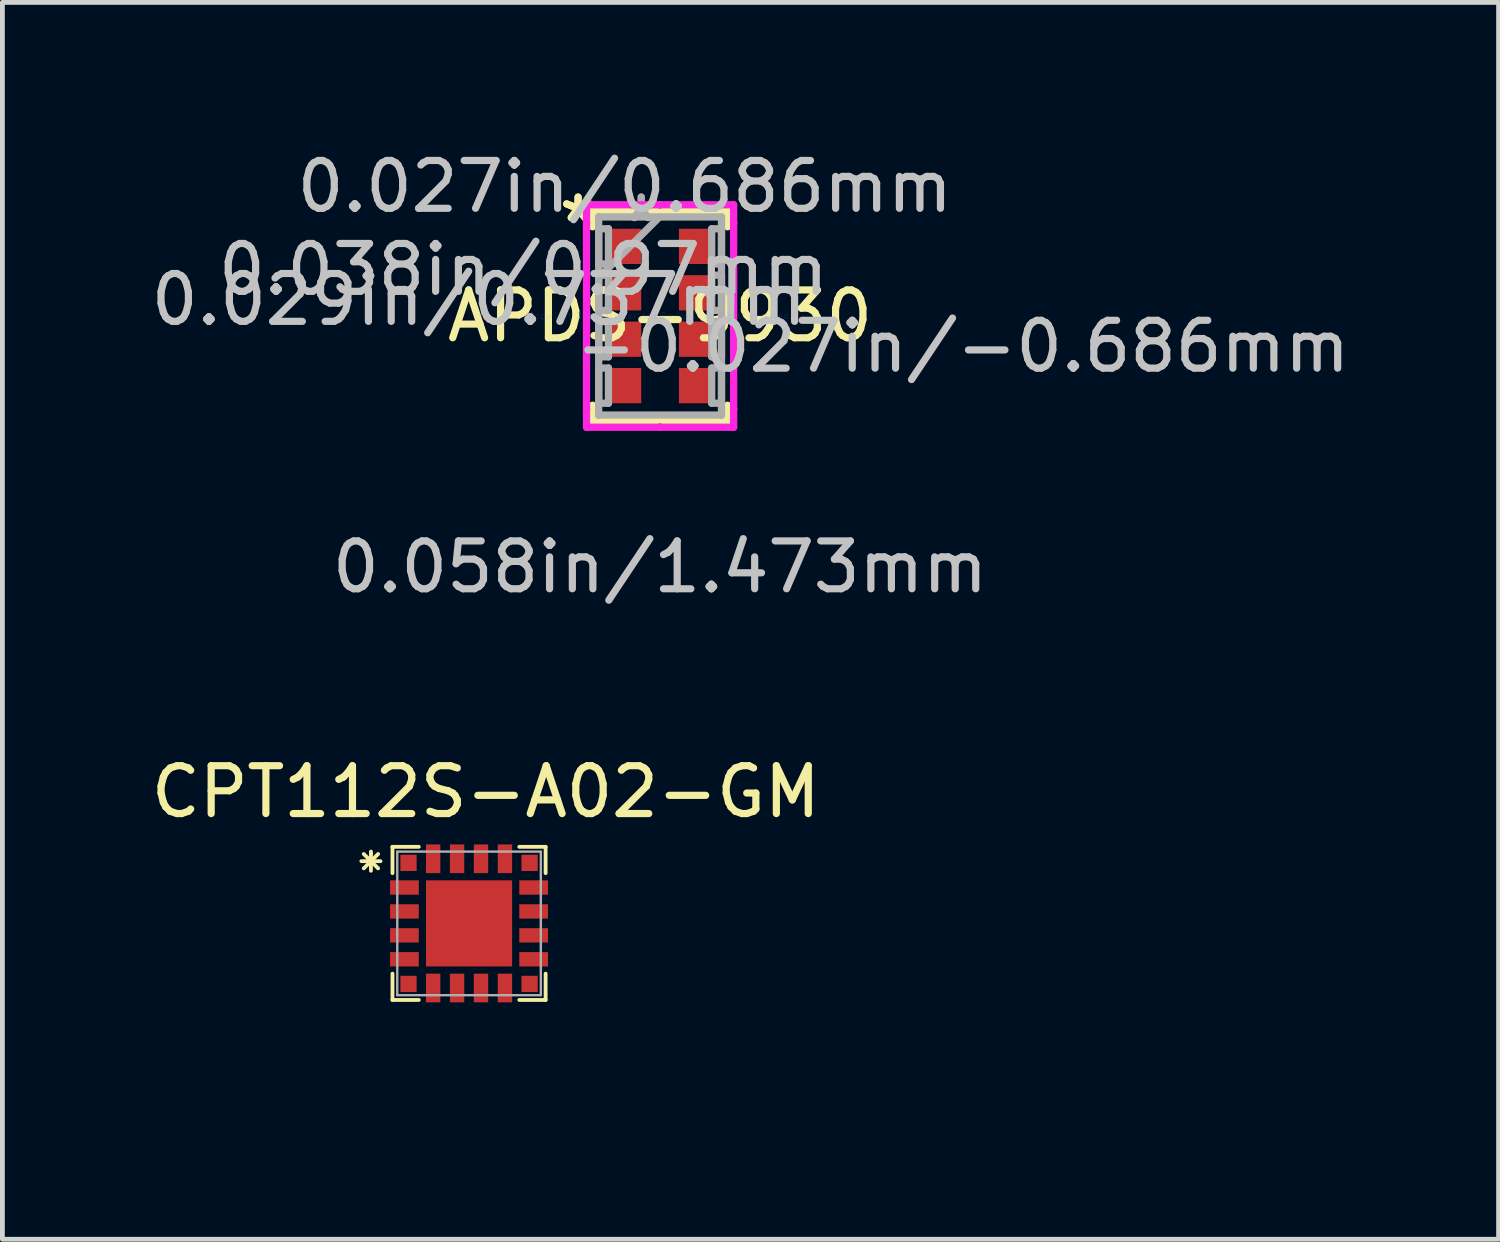
<source format=kicad_pcb>
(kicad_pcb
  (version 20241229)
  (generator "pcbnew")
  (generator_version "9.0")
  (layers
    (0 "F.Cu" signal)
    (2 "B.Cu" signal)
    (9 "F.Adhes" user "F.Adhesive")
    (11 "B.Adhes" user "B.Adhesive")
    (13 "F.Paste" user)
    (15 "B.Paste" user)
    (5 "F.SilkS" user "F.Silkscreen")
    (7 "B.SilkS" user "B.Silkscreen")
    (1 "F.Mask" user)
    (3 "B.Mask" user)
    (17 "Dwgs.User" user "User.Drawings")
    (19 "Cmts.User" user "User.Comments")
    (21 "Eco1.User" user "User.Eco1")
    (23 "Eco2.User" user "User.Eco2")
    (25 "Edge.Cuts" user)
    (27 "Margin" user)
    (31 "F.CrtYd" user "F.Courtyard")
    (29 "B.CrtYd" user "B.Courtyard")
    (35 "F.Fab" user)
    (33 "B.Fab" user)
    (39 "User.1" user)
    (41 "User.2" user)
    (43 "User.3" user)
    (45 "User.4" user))
  (footprint "APDS-9930"
    (layer "F.Cu")
    (at 10.743 3.553)
    (property "Reference" "APDS-9930" (at 0 0 0) (layer "F.SilkS") (effects (font (size 1 1) (thickness 0.15))))
    (attr through_hole)
    (fp_line (start -1.41 -2.197) (end -1.41 -1.864) (stroke (width 0.152) (type solid)) (layer "F.SilkS"))
    (fp_line (start -1.41 1.864) (end -1.41 2.197) (stroke (width 0.152) (type solid)) (layer "F.SilkS"))
    (fp_line (start -1.41 2.197) (end 1.41 2.197) (stroke (width 0.152) (type solid)) (layer "F.SilkS"))
    (fp_line (start 1.41 -2.197) (end -1.41 -2.197) (stroke (width 0.152) (type solid)) (layer "F.SilkS"))
    (fp_line (start 1.41 -1.864) (end 1.41 -2.197) (stroke (width 0.152) (type solid)) (layer "F.SilkS"))
    (fp_line (start 1.41 2.197) (end 1.41 1.864) (stroke (width 0.152) (type solid)) (layer "F.SilkS"))
    (fp_line (start -1.537 -2.324) (end 0 -2.324) (stroke (width 0.152) (type solid)) (layer "F.CrtYd"))
    (fp_line (start -1.537 -1.94) (end -1.537 -2.324) (stroke (width 0.152) (type solid)) (layer "F.CrtYd"))
    (fp_line (start -1.537 -1.94) (end -1.537 -1.94) (stroke (width 0.152) (type solid)) (layer "F.CrtYd"))
    (fp_line (start -1.537 1.94) (end -1.537 -1.94) (stroke (width 0.152) (type solid)) (layer "F.CrtYd"))
    (fp_line (start -1.537 1.94) (end -1.537 1.94) (stroke (width 0.152) (type solid)) (layer "F.CrtYd"))
    (fp_line (start -1.537 2.324) (end -1.537 1.94) (stroke (width 0.152) (type solid)) (layer "F.CrtYd"))
    (fp_line (start 0 -2.324) (end 0 -2.324) (stroke (width 0.152) (type solid)) (layer "F.CrtYd"))
    (fp_line (start 0 -2.324) (end 0 -2.324) (stroke (width 0.152) (type solid)) (layer "F.CrtYd"))
    (fp_line (start 0 -2.324) (end 0 -2.324) (stroke (width 0.152) (type solid)) (layer "F.CrtYd"))
    (fp_line (start 0 -2.324) (end 1.537 -2.324) (stroke (width 0.152) (type solid)) (layer "F.CrtYd"))
    (fp_line (start 0 2.324) (end -1.537 2.324) (stroke (width 0.152) (type solid)) (layer "F.CrtYd"))
    (fp_line (start 0 2.324) (end 0 2.324) (stroke (width 0.152) (type solid)) (layer "F.CrtYd"))
    (fp_line (start 0 2.324) (end 0 2.324) (stroke (width 0.152) (type solid)) (layer "F.CrtYd"))
    (fp_line (start 0 2.324) (end 0 2.324) (stroke (width 0.152) (type solid)) (layer "F.CrtYd"))
    (fp_line (start 1.537 -2.324) (end 1.537 -1.94) (stroke (width 0.152) (type solid)) (layer "F.CrtYd"))
    (fp_line (start 1.537 -1.94) (end 1.537 -1.94) (stroke (width 0.152) (type solid)) (layer "F.CrtYd"))
    (fp_line (start 1.537 -1.94) (end 1.537 1.94) (stroke (width 0.152) (type solid)) (layer "F.CrtYd"))
    (fp_line (start 1.537 1.94) (end 1.537 1.94) (stroke (width 0.152) (type solid)) (layer "F.CrtYd"))
    (fp_line (start 1.537 1.94) (end 1.537 2.324) (stroke (width 0.152) (type solid)) (layer "F.CrtYd"))
    (fp_line (start 1.537 2.324) (end 0 2.324) (stroke (width 0.152) (type solid)) (layer "F.CrtYd"))
    (fp_line (start -1.283 -2.07) (end -1.283 -2.07) (stroke (width 0.152) (type solid)) (layer "F.Fab"))
    (fp_line (start -1.283 -2.07) (end -1.283 2.07) (stroke (width 0.152) (type solid)) (layer "F.Fab"))
    (fp_line (start -1.283 -1.823) (end -1.079 -1.823) (stroke (width 0.152) (type solid)) (layer "F.Fab"))
    (fp_line (start -1.283 -1.087) (end -1.283 -1.823) (stroke (width 0.152) (type solid)) (layer "F.Fab"))
    (fp_line (start -1.283 -0.853) (end -1.079 -0.853) (stroke (width 0.152) (type solid)) (layer "F.Fab"))
    (fp_line (start -1.283 -0.8) (end -0.013 -2.07) (stroke (width 0.152) (type solid)) (layer "F.Fab"))
    (fp_line (start -1.283 -0.117) (end -1.283 -0.853) (stroke (width 0.152) (type solid)) (layer "F.Fab"))
    (fp_line (start -1.283 0.117) (end -1.079 0.117) (stroke (width 0.152) (type solid)) (layer "F.Fab"))
    (fp_line (start -1.283 0.853) (end -1.283 0.117) (stroke (width 0.152) (type solid)) (layer "F.Fab"))
    (fp_line (start -1.283 1.087) (end -1.079 1.087) (stroke (width 0.152) (type solid)) (layer "F.Fab"))
    (fp_line (start -1.283 1.823) (end -1.283 1.087) (stroke (width 0.152) (type solid)) (layer "F.Fab"))
    (fp_line (start -1.283 2.07) (end -1.283 2.07) (stroke (width 0.152) (type solid)) (layer "F.Fab"))
    (fp_line (start -1.283 2.07) (end 1.283 2.07) (stroke (width 0.152) (type solid)) (layer "F.Fab"))
    (fp_line (start -1.079 -1.823) (end -1.079 -1.087) (stroke (width 0.152) (type solid)) (layer "F.Fab"))
    (fp_line (start -1.079 -1.087) (end -1.283 -1.087) (stroke (width 0.152) (type solid)) (layer "F.Fab"))
    (fp_line (start -1.079 -0.853) (end -1.079 -0.117) (stroke (width 0.152) (type solid)) (layer "F.Fab"))
    (fp_line (start -1.079 -0.117) (end -1.283 -0.117) (stroke (width 0.152) (type solid)) (layer "F.Fab"))
    (fp_line (start -1.079 0.117) (end -1.079 0.853) (stroke (width 0.152) (type solid)) (layer "F.Fab"))
    (fp_line (start -1.079 0.853) (end -1.283 0.853) (stroke (width 0.152) (type solid)) (layer "F.Fab"))
    (fp_line (start -1.079 1.087) (end -1.079 1.823) (stroke (width 0.152) (type solid)) (layer "F.Fab"))
    (fp_line (start -1.079 1.823) (end -1.283 1.823) (stroke (width 0.152) (type solid)) (layer "F.Fab"))
    (fp_line (start 1.079 -1.823) (end 1.283 -1.823) (stroke (width 0.152) (type solid)) (layer "F.Fab"))
    (fp_line (start 1.079 -1.087) (end 1.079 -1.823) (stroke (width 0.152) (type solid)) (layer "F.Fab"))
    (fp_line (start 1.079 -0.853) (end 1.283 -0.853) (stroke (width 0.152) (type solid)) (layer "F.Fab"))
    (fp_line (start 1.079 -0.117) (end 1.079 -0.853) (stroke (width 0.152) (type solid)) (layer "F.Fab"))
    (fp_line (start 1.079 0.117) (end 1.283 0.117) (stroke (width 0.152) (type solid)) (layer "F.Fab"))
    (fp_line (start 1.079 0.853) (end 1.079 0.117) (stroke (width 0.152) (type solid)) (layer "F.Fab"))
    (fp_line (start 1.079 1.087) (end 1.283 1.087) (stroke (width 0.152) (type solid)) (layer "F.Fab"))
    (fp_line (start 1.079 1.823) (end 1.079 1.087) (stroke (width 0.152) (type solid)) (layer "F.Fab"))
    (fp_line (start 1.283 -2.07) (end -1.283 -2.07) (stroke (width 0.152) (type solid)) (layer "F.Fab"))
    (fp_line (start 1.283 -2.07) (end 1.283 -2.07) (stroke (width 0.152) (type solid)) (layer "F.Fab"))
    (fp_line (start 1.283 -1.823) (end 1.283 -1.087) (stroke (width 0.152) (type solid)) (layer "F.Fab"))
    (fp_line (start 1.283 -1.087) (end 1.079 -1.087) (stroke (width 0.152) (type solid)) (layer "F.Fab"))
    (fp_line (start 1.283 -0.853) (end 1.283 -0.117) (stroke (width 0.152) (type solid)) (layer "F.Fab"))
    (fp_line (start 1.283 -0.117) (end 1.079 -0.117) (stroke (width 0.152) (type solid)) (layer "F.Fab"))
    (fp_line (start 1.283 0.117) (end 1.283 0.853) (stroke (width 0.152) (type solid)) (layer "F.Fab"))
    (fp_line (start 1.283 0.853) (end 1.079 0.853) (stroke (width 0.152) (type solid)) (layer "F.Fab"))
    (fp_line (start 1.283 1.087) (end 1.283 1.823) (stroke (width 0.152) (type solid)) (layer "F.Fab"))
    (fp_line (start 1.283 1.823) (end 1.079 1.823) (stroke (width 0.152) (type solid)) (layer "F.Fab"))
    (fp_line (start 1.283 2.07) (end 1.283 -2.07) (stroke (width 0.152) (type solid)) (layer "F.Fab"))
    (fp_line (start 1.283 2.07) (end 1.283 2.07) (stroke (width 0.152) (type solid)) (layer "F.Fab"))
    (fp_text user "*" (at -1.714 -1.94 0) (layer "F.SilkS") (effects (font (size 1 1) (thickness 0.15))))
    (fp_text user "*" (at -1.714 -1.94 0) (layer "F.SilkS") (effects (font (size 1 1) (thickness 0.15))))
    (fp_text user "0.038in/0.97mm" (at -2.857 -0.97 0) (layer "Dwgs.User") (effects (font (size 1 1) (thickness 0.15))))
    (fp_text user "0.058in/1.473mm" (at 0 5.245 0) (layer "Dwgs.User") (effects (font (size 1 1) (thickness 0.15))))
    (fp_text user "0.027in/0.686mm" (at -0.737 -2.705 0) (layer "Dwgs.User") (effects (font (size 1 1) (thickness 0.15))))
    (fp_text user "-0.027in/-0.686mm" (at 6.325 0.635 0) (layer "Dwgs.User") (effects (font (size 1 1) (thickness 0.15))))
    (fp_text user "0.029in/0.737mm" (at -3.785 -0.343 0) (layer "Dwgs.User") (effects (font (size 1 1) (thickness 0.15))))
    (fp_text user "Copyright 2016 Accelerated Designs. All rights reserved." (at 0 0 0) (layer "Cmts.User") (effects (font (size 0.127 0.127) (thickness 0.002))))
    (fp_text user "*" (at -0.394 -1.94 0) (layer "F.Fab") (effects (font (size 1 1) (thickness 0.15))))
    (fp_text user "*" (at -0.394 -1.94 0) (layer "F.Fab") (effects (font (size 1 1) (thickness 0.15))))
    (pad "1" smd rect (at -0.737 -1.455 90) (size 0.737 0.686) (layers "F.Cu" "F.Mask" "F.Paste"))
    (pad "2" smd rect (at -0.737 -0.485 90) (size 0.737 0.686) (layers "F.Cu" "F.Mask" "F.Paste"))
    (pad "3" smd rect (at -0.737 0.485 90) (size 0.737 0.686) (layers "F.Cu" "F.Mask" "F.Paste"))
    (pad "4" smd rect (at -0.737 1.455 90) (size 0.737 0.686) (layers "F.Cu" "F.Mask" "F.Paste"))
    (pad "5" smd rect (at 0.737 1.455 90) (size 0.737 0.686) (layers "F.Cu" "F.Mask" "F.Paste"))
    (pad "6" smd rect (at 0.737 0.485 90) (size 0.737 0.686) (layers "F.Cu" "F.Mask" "F.Paste"))
    (pad "7" smd rect (at 0.737 -0.485 90) (size 0.737 0.686) (layers "F.Cu" "F.Mask" "F.Paste"))
    (pad "8" smd rect (at 0.737 -1.455 90) (size 0.737 0.686) (layers "F.Cu" "F.Mask" "F.Paste")))
  (footprint "CPT112S-A02-GM"
    (layer "F.Cu")
    (at 6.951 19.595)
    (property "Reference" "CPT112S-A02-GM" (at 0.15 -6.1 0) (layer "F.SilkS") (effects (font (size 1 1) (thickness 0.15))))
    (attr through_hole)
    (fp_line (start -2.45 -4.65) (end -2.05 -4.65) (stroke (width 0.08) (type solid)) (layer "F.SilkS"))
    (fp_line (start -2.4 -4.8) (end -2.1 -4.5) (stroke (width 0.08) (type solid)) (layer "F.SilkS"))
    (fp_line (start -2.4 -4.5) (end -2.1 -4.8) (stroke (width 0.08) (type solid)) (layer "F.SilkS"))
    (fp_line (start -2.25 -4.8) (end -2.25 -4.85) (stroke (width 0.08) (type solid)) (layer "F.SilkS"))
    (fp_line (start -2.25 -4.8) (end -2.25 -4.45) (stroke (width 0.08) (type solid)) (layer "F.SilkS"))
    (fp_line (start -1.8 -4.95) (end -1.8 -4.4) (stroke (width 0.08) (type solid)) (layer "F.SilkS"))
    (fp_line (start -1.8 -2.3) (end -1.8 -1.75) (stroke (width 0.08) (type solid)) (layer "F.SilkS"))
    (fp_line (start -1.8 -1.75) (end -1.25 -1.75) (stroke (width 0.08) (type solid)) (layer "F.SilkS"))
    (fp_line (start -1.25 -4.95) (end -1.8 -4.95) (stroke (width 0.08) (type solid)) (layer "F.SilkS"))
    (fp_line (start 0.85 -4.95) (end 1.4 -4.95) (stroke (width 0.08) (type solid)) (layer "F.SilkS"))
    (fp_line (start 1.4 -4.95) (end 1.4 -4.4) (stroke (width 0.08) (type solid)) (layer "F.SilkS"))
    (fp_line (start 1.4 -2.3) (end 1.4 -1.75) (stroke (width 0.08) (type solid)) (layer "F.SilkS"))
    (fp_line (start 1.4 -1.75) (end 0.85 -1.75) (stroke (width 0.08) (type solid)) (layer "F.SilkS"))
    (fp_line (start -1.7 -4.85) (end 1.3 -4.85) (stroke (width 0.05) (type solid)) (layer "F.Fab"))
    (fp_line (start -1.7 -1.85) (end -1.7 -4.85) (stroke (width 0.05) (type solid)) (layer "F.Fab"))
    (fp_line (start 1.3 -4.85) (end 1.3 -1.85) (stroke (width 0.05) (type solid)) (layer "F.Fab"))
    (fp_line (start 1.3 -1.85) (end -1.7 -1.85) (stroke (width 0.05) (type solid)) (layer "F.Fab"))
    (pad "1" smd rect (at -1.465 -4.615) (size 0.34 0.34) (layers "F.Cu" "F.Mask" "F.Paste"))
    (pad "2" smd rect (at -1.55 -4.1 90) (size 0.3 0.6) (layers "F.Cu" "F.Mask" "F.Paste"))
    (pad "3" smd rect (at -1.55 -3.6 90) (size 0.3 0.6) (layers "F.Cu" "F.Mask" "F.Paste"))
    (pad "4" smd rect (at -1.55 -3.1 90) (size 0.3 0.6) (layers "F.Cu" "F.Mask" "F.Paste"))
    (pad "5" smd rect (at -1.55 -2.6 90) (size 0.3 0.6) (layers "F.Cu" "F.Mask" "F.Paste"))
    (pad "6" smd rect (at -1.465 -2.085) (size 0.34 0.34) (layers "F.Cu" "F.Mask" "F.Paste"))
    (pad "7" smd rect (at -0.95 -2) (size 0.3 0.6) (layers "F.Cu" "F.Mask" "F.Paste"))
    (pad "8" smd rect (at -0.45 -2) (size 0.3 0.6) (layers "F.Cu" "F.Mask" "F.Paste"))
    (pad "9" smd rect (at 0.05 -2) (size 0.3 0.6) (layers "F.Cu" "F.Mask" "F.Paste"))
    (pad "10" smd rect (at 0.55 -2) (size 0.3 0.6) (layers "F.Cu" "F.Mask" "F.Paste"))
    (pad "11" smd rect (at 1.065 -2.085) (size 0.34 0.34) (layers "F.Cu" "F.Mask" "F.Paste"))
    (pad "12" smd rect (at 1.15 -2.6 90) (size 0.3 0.6) (layers "F.Cu" "F.Mask" "F.Paste"))
    (pad "13" smd rect (at 1.15 -3.1 90) (size 0.3 0.6) (layers "F.Cu" "F.Mask" "F.Paste"))
    (pad "14" smd rect (at 1.15 -3.6 90) (size 0.3 0.6) (layers "F.Cu" "F.Mask" "F.Paste"))
    (pad "15" smd rect (at 1.15 -4.1 90) (size 0.3 0.6) (layers "F.Cu" "F.Mask" "F.Paste"))
    (pad "16" smd rect (at 1.065 -4.615) (size 0.34 0.34) (layers "F.Cu" "F.Mask" "F.Paste"))
    (pad "17" smd rect (at 0.55 -4.7) (size 0.3 0.6) (layers "F.Cu" "F.Mask" "F.Paste"))
    (pad "18" smd rect (at 0.05 -4.7) (size 0.3 0.6) (layers "F.Cu" "F.Mask" "F.Paste"))
    (pad "19" smd rect (at -0.45 -4.7) (size 0.3 0.6) (layers "F.Cu" "F.Mask" "F.Paste"))
    (pad "20" smd rect (at -0.95 -4.7) (size 0.3 0.6) (layers "F.Cu" "F.Mask" "F.Paste"))
    (pad "21" smd rect (at -0.2 -3.35 90) (size 1.8 1.8) (layers "F.Cu" "F.Mask" "F.Paste")))
  (gr_rect
    (start -3 -3)
    (end 28.264 22.845)
    (stroke (width 0.1) (type default))
    (fill no)
    (layer "Edge.Cuts")))
</source>
